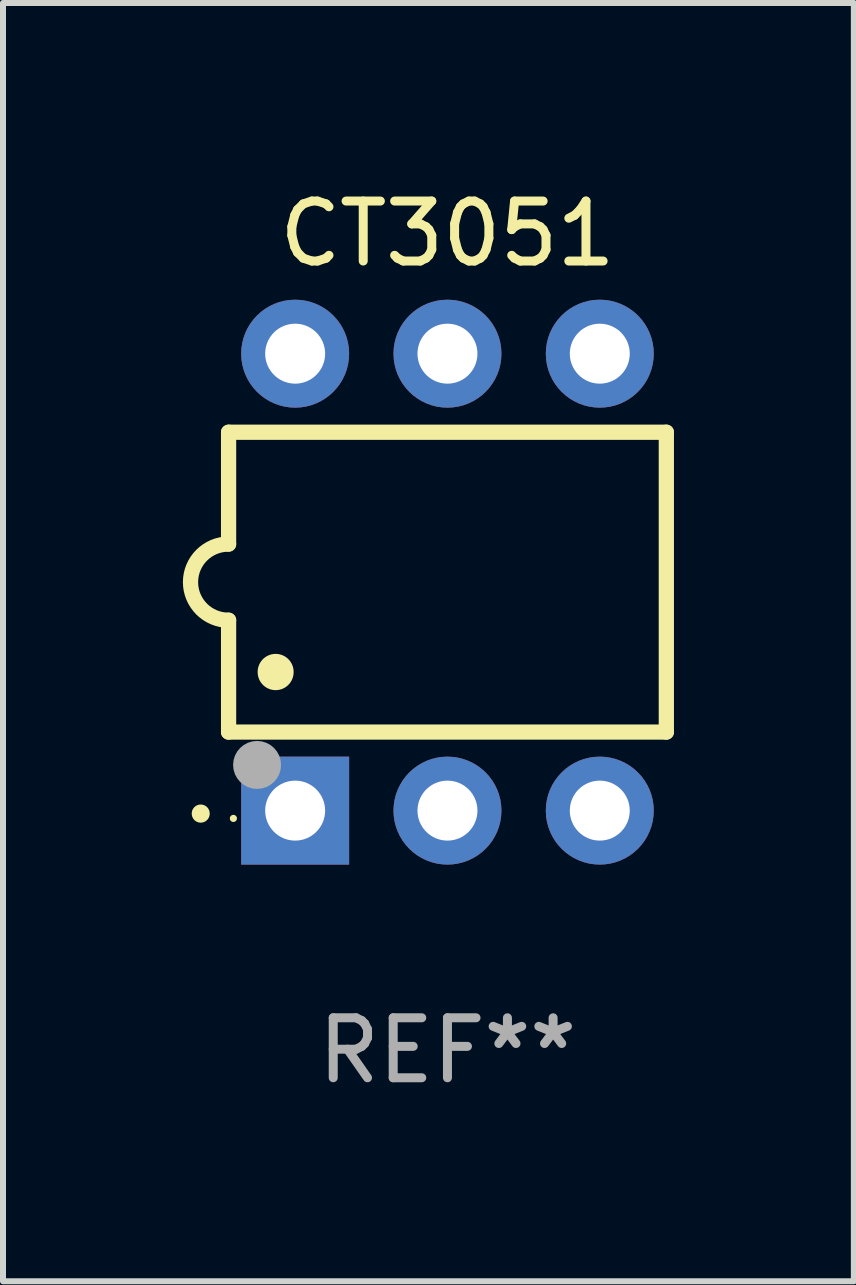
<source format=kicad_pcb>
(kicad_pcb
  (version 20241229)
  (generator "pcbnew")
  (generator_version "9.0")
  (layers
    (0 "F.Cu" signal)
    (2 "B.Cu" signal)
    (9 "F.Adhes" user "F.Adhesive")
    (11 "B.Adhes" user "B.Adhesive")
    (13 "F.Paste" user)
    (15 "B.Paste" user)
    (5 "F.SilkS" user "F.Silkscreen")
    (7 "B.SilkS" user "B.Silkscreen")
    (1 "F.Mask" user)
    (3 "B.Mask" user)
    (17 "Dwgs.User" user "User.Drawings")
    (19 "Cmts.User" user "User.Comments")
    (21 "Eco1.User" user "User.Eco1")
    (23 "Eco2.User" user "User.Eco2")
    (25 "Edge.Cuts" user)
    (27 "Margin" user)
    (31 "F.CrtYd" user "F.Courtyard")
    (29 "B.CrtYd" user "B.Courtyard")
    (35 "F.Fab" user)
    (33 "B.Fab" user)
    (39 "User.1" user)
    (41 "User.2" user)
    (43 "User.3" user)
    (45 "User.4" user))
  (footprint "CT3051"
    (layer "F.Cu")
    (at 4.412 6.658)
    (property "Reference" "CT3051" (at 0 -5.81 0) (layer "F.SilkS") (effects (font (size 1 1) (thickness 0.15))))
    (attr through_hole)
    (fp_line (start -3.65 -2.5) (end 3.65 -2.5) (stroke (width 0.254) (type solid)) (layer "F.SilkS"))
    (fp_line (start -3.65 -0.635) (end -3.65 -2.5) (stroke (width 0.254) (type solid)) (layer "F.SilkS"))
    (fp_line (start -3.65 0.635) (end -3.65 2.5) (stroke (width 0.254) (type solid)) (layer "F.SilkS"))
    (fp_line (start -3.65 2.5) (end 3.65 2.5) (stroke (width 0.254) (type solid)) (layer "F.SilkS"))
    (fp_line (start 3.65 -2.5) (end 3.65 2.5) (stroke (width 0.254) (type solid)) (layer "F.SilkS"))
    (fp_arc (start -4.114808 3.860808) (mid -4.114813 3.859538) (end -4.114808 3.858268) (stroke (width 0.3) (type solid)) (layer "F.SilkS"))
    (fp_arc (start -3.650013 0.635001) (mid -4.285014 0) (end -3.650013 -0.635001) (stroke (width 0.254001) (type solid)) (layer "F.SilkS"))
    (fp_arc (start -2.865405 1.501143) (mid -2.865416 1.498603) (end -2.865405 1.496063) (stroke (width 0.6) (type solid)) (layer "F.SilkS"))
    (fp_circle (center -3.57 3.94) (end -3.54 3.94) (stroke (width 0.06) (type solid)) (fill no) (layer "F.SilkS"))
    (fp_circle (center -3.175 3.048) (end -2.975 3.048) (stroke (width 0.4) (type solid)) (fill no) (layer "F.Fab"))
    (fp_text user "REF**" (at 0 7.81 0) (layer "F.Fab") (effects (font (size 1 1) (thickness 0.15))))
    (pad "1" thru_hole rect (at -2.54 3.81 90) (size 1.8 1.8) (drill 1) (layers "*.Cu" "*.Mask"))
    (pad "2" thru_hole circle (at 0 3.81) (size 1.8 1.8) (drill 1) (layers "*.Cu" "*.Mask"))
    (pad "3" thru_hole circle (at 2.54 3.81) (size 1.8 1.8) (drill 1) (layers "*.Cu" "*.Mask"))
    (pad "4" thru_hole circle (at 2.54 -3.81) (size 1.8 1.8) (drill 1) (layers "*.Cu" "*.Mask"))
    (pad "5" thru_hole circle (at 0 -3.81) (size 1.8 1.8) (drill 1) (layers "*.Cu" "*.Mask"))
    (pad "6" thru_hole circle (at -2.54 -3.81) (size 1.8 1.8) (drill 1) (layers "*.Cu" "*.Mask")))
  (gr_rect
    (start -3 -3)
    (end 11.189 18.317)
    (stroke (width 0.1) (type default))
    (fill no)
    (layer "Edge.Cuts")))
</source>
